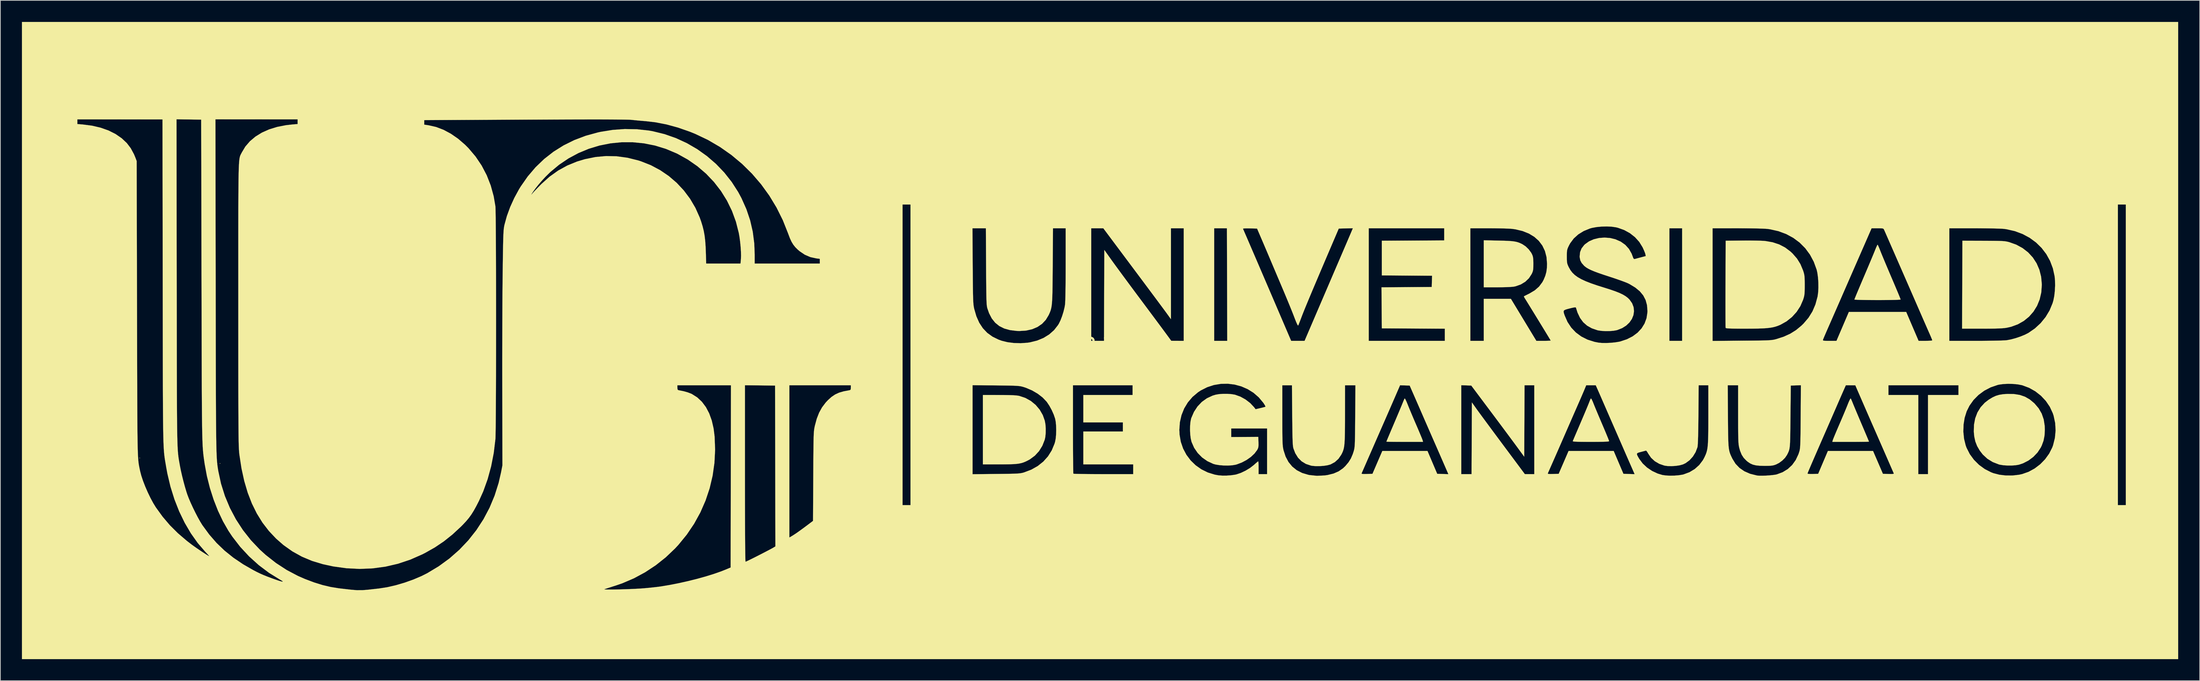
<source format=kicad_pcb>
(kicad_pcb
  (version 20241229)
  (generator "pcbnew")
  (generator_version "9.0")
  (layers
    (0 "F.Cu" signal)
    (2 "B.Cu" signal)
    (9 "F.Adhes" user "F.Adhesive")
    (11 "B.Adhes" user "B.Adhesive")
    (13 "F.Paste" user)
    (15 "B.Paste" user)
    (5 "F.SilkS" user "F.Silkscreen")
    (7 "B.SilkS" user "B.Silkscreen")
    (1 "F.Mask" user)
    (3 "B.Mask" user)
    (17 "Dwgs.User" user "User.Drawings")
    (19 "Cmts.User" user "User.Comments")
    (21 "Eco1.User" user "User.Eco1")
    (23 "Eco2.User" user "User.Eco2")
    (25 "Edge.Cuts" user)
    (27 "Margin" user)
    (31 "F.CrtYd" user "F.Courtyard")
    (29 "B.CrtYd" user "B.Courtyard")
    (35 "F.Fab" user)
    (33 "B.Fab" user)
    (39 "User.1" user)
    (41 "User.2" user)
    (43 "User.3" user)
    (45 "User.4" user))
  (footprint "logo_fime"
    (layer "F.Cu")
    (at 149.95 44.286)
    (property "Reference" "logo_fime" (at 0 0 0) (layer "F.SilkS") (effects (font (size 1.524 1.524) (thickness 0.3))))
    (attr through_hole)
    (fp_poly (pts (xy -133.519 16.383) (xy -133.562 16.425) (xy -133.604 16.383) (xy -133.562 16.341) (xy -133.519 16.383)) (stroke (width 0.01) (type solid)) (fill yes) (layer "F.SilkS"))
    (fp_poly (pts (xy -122.343 17.145) (xy -122.386 17.187) (xy -122.428 17.145) (xy -122.386 17.103) (xy -122.343 17.145)) (stroke (width 0.01) (type solid)) (fill yes) (layer "F.SilkS"))
    (fp_poly (pts (xy -13.991 7.621) (xy -13.227 7.624) (xy -12.611 7.633) (xy -12.121 7.649) (xy -11.738 7.672) (xy -11.441 7.704) (xy -11.207 7.745) (xy -11.18 7.751) (xy -10.344 8.032) (xy -9.583 8.455) (xy -8.916 9.004) (xy -8.358 9.663) (xy -7.925 10.416) (xy -7.65 11.187) (xy -7.555 11.705) (xy -7.512 12.302) (xy -7.519 12.914) (xy -7.576 13.477) (xy -7.655 13.839) (xy -7.986 14.682) (xy -8.446 15.425) (xy -9.027 16.058) (xy -9.72 16.569) (xy -9.957 16.701) (xy -10.272 16.858) (xy -10.565 16.983) (xy -10.863 17.08) (xy -11.188 17.153) (xy -11.564 17.204) (xy -12.017 17.239) (xy -12.57 17.259) (xy -13.247 17.268) (xy -13.949 17.271) (xy -16.256 17.272) (xy -16.256 7.62) (xy -13.991 7.621)) (stroke (width 0.01) (type solid)) (fill yes) (layer "F.SilkS"))
    (fp_poly (pts (xy 55.478 -13.862) (xy 56.208 -13.844) (xy 56.795 -13.822) (xy 57.265 -13.791) (xy 57.644 -13.747) (xy 57.96 -13.687) (xy 58.237 -13.606) (xy 58.503 -13.5) (xy 58.784 -13.366) (xy 58.804 -13.355) (xy 59.251 -13.057) (xy 59.673 -12.648) (xy 60.017 -12.186) (xy 60.142 -11.953) (xy 60.228 -11.739) (xy 60.282 -11.512) (xy 60.312 -11.227) (xy 60.324 -10.839) (xy 60.325 -10.626) (xy 60.321 -10.199) (xy 60.304 -9.894) (xy 60.267 -9.662) (xy 60.2 -9.456) (xy 60.096 -9.228) (xy 60.09 -9.215) (xy 59.71 -8.629) (xy 59.202 -8.142) (xy 58.583 -7.765) (xy 57.872 -7.512) (xy 57.621 -7.458) (xy 57.385 -7.43) (xy 57.013 -7.406) (xy 56.539 -7.386) (xy 55.998 -7.373) (xy 55.423 -7.366) (xy 55.272 -7.366) (xy 53.425 -7.366) (xy 53.425 -13.905) (xy 55.478 -13.862)) (stroke (width 0.01) (type solid)) (fill yes) (layer "F.SilkS"))
    (fp_poly (pts (xy 122.936 -13.836) (xy 123.727 -13.833) (xy 124.37 -13.829) (xy 124.885 -13.822) (xy 125.294 -13.811) (xy 125.616 -13.796) (xy 125.872 -13.775) (xy 126.084 -13.746) (xy 126.273 -13.709) (xy 126.458 -13.664) (xy 126.517 -13.648) (xy 127.506 -13.296) (xy 128.39 -12.815) (xy 129.161 -12.216) (xy 129.812 -11.508) (xy 130.335 -10.702) (xy 130.723 -9.806) (xy 130.968 -8.832) (xy 131.063 -7.789) (xy 131.063 -7.679) (xy 130.987 -6.645) (xy 130.763 -5.677) (xy 130.399 -4.787) (xy 129.904 -3.985) (xy 129.288 -3.282) (xy 128.559 -2.689) (xy 127.726 -2.217) (xy 126.798 -1.876) (xy 126.163 -1.733) (xy 125.884 -1.694) (xy 125.53 -1.663) (xy 125.085 -1.639) (xy 124.53 -1.623) (xy 123.848 -1.613) (xy 123.02 -1.609) (xy 122.713 -1.609) (xy 119.972 -1.609) (xy 119.993 -7.726) (xy 120.015 -13.843) (xy 122.936 -13.836)) (stroke (width 0.01) (type solid)) (fill yes) (layer "F.SilkS"))
    (fp_poly (pts (xy 42.475 8.144) (xy 42.572 8.319) (xy 42.698 8.595) (xy 42.823 8.903) (xy 42.956 9.235) (xy 43.142 9.687) (xy 43.366 10.224) (xy 43.615 10.813) (xy 43.873 11.417) (xy 44.017 11.748) (xy 44.253 12.296) (xy 44.468 12.803) (xy 44.653 13.244) (xy 44.798 13.596) (xy 44.891 13.835) (xy 44.923 13.928) (xy 44.976 14.139) (xy 42.427 14.139) (xy 41.79 14.138) (xy 41.211 14.136) (xy 40.71 14.132) (xy 40.31 14.126) (xy 40.029 14.12) (xy 39.89 14.113) (xy 39.878 14.11) (xy 39.91 14.028) (xy 40.001 13.808) (xy 40.142 13.472) (xy 40.326 13.036) (xy 40.544 12.519) (xy 40.79 11.942) (xy 40.921 11.633) (xy 41.189 11.004) (xy 41.444 10.401) (xy 41.677 9.849) (xy 41.877 9.371) (xy 42.035 8.992) (xy 42.139 8.736) (xy 42.162 8.678) (xy 42.274 8.404) (xy 42.369 8.193) (xy 42.422 8.099) (xy 42.475 8.144)) (stroke (width 0.01) (type solid)) (fill yes) (layer "F.SilkS"))
    (fp_poly (pts (xy 104.536 8.211) (xy 104.634 8.431) (xy 104.735 8.678) (xy 104.817 8.884) (xy 104.957 9.221) (xy 105.143 9.666) (xy 105.365 10.194) (xy 105.613 10.781) (xy 105.877 11.403) (xy 105.975 11.633) (xy 106.231 12.234) (xy 106.464 12.784) (xy 106.667 13.263) (xy 106.831 13.652) (xy 106.948 13.933) (xy 107.01 14.086) (xy 107.019 14.11) (xy 106.937 14.117) (xy 106.708 14.124) (xy 106.35 14.13) (xy 105.884 14.134) (xy 105.332 14.138) (xy 104.714 14.139) (xy 104.469 14.139) (xy 101.92 14.139) (xy 101.973 13.928) (xy 102.021 13.794) (xy 102.126 13.529) (xy 102.28 13.156) (xy 102.472 12.699) (xy 102.693 12.181) (xy 102.88 11.748) (xy 103.138 11.15) (xy 103.394 10.549) (xy 103.634 9.979) (xy 103.843 9.475) (xy 104.007 9.072) (xy 104.073 8.903) (xy 104.214 8.561) (xy 104.337 8.294) (xy 104.43 8.132) (xy 104.475 8.099) (xy 104.536 8.211)) (stroke (width 0.01) (type solid)) (fill yes) (layer "F.SilkS"))
    (fp_poly (pts (xy 127.2 7.486) (xy 128.007 7.615) (xy 128.727 7.863) (xy 129.384 8.241) (xy 130.001 8.756) (xy 130.051 8.805) (xy 130.623 9.475) (xy 131.046 10.21) (xy 131.325 11.02) (xy 131.465 11.918) (xy 131.485 12.446) (xy 131.441 13.258) (xy 131.301 13.976) (xy 131.053 14.652) (xy 130.914 14.935) (xy 130.464 15.619) (xy 129.883 16.228) (xy 129.201 16.737) (xy 128.446 17.124) (xy 127.885 17.312) (xy 127.432 17.391) (xy 126.879 17.431) (xy 126.288 17.431) (xy 125.718 17.393) (xy 125.233 17.316) (xy 125.095 17.281) (xy 124.239 16.95) (xy 123.49 16.489) (xy 122.849 15.896) (xy 122.433 15.358) (xy 122.067 14.729) (xy 121.816 14.09) (xy 121.665 13.392) (xy 121.603 12.731) (xy 121.627 11.765) (xy 121.796 10.869) (xy 122.105 10.052) (xy 122.551 9.324) (xy 123.129 8.695) (xy 123.679 8.271) (xy 124.194 7.958) (xy 124.664 7.738) (xy 125.145 7.594) (xy 125.69 7.509) (xy 126.283 7.471) (xy 127.2 7.486)) (stroke (width 0.01) (type solid)) (fill yes) (layer "F.SilkS"))
    (fp_poly (pts (xy 68.384 8.14) (xy 68.48 8.309) (xy 68.601 8.576) (xy 68.664 8.734) (xy 68.77 9) (xy 68.931 9.394) (xy 69.136 9.886) (xy 69.372 10.449) (xy 69.629 11.053) (xy 69.893 11.672) (xy 69.901 11.691) (xy 70.148 12.27) (xy 70.372 12.801) (xy 70.563 13.263) (xy 70.715 13.636) (xy 70.818 13.898) (xy 70.864 14.031) (xy 70.866 14.04) (xy 70.818 14.071) (xy 70.667 14.095) (xy 70.401 14.113) (xy 70.008 14.126) (xy 69.477 14.135) (xy 68.794 14.139) (xy 68.317 14.139) (xy 67.566 14.138) (xy 66.969 14.133) (xy 66.514 14.125) (xy 66.184 14.112) (xy 65.966 14.094) (xy 65.846 14.071) (xy 65.808 14.041) (xy 65.809 14.034) (xy 65.852 13.932) (xy 65.953 13.694) (xy 66.103 13.341) (xy 66.296 12.891) (xy 66.521 12.366) (xy 66.77 11.783) (xy 66.885 11.515) (xy 67.151 10.892) (xy 67.403 10.299) (xy 67.631 9.757) (xy 67.825 9.292) (xy 67.976 8.926) (xy 68.072 8.685) (xy 68.091 8.636) (xy 68.194 8.372) (xy 68.284 8.173) (xy 68.327 8.099) (xy 68.384 8.14)) (stroke (width 0.01) (type solid)) (fill yes) (layer "F.SilkS"))
    (fp_poly (pts (xy 108.264 -13.219) (xy 108.357 -13.019) (xy 108.48 -12.726) (xy 108.582 -12.467) (xy 108.689 -12.197) (xy 108.853 -11.795) (xy 109.065 -11.285) (xy 109.313 -10.691) (xy 109.589 -10.037) (xy 109.882 -9.347) (xy 110.159 -8.697) (xy 110.443 -8.034) (xy 110.704 -7.419) (xy 110.936 -6.869) (xy 111.131 -6.402) (xy 111.281 -6.035) (xy 111.38 -5.787) (xy 111.421 -5.674) (xy 111.421 -5.671) (xy 111.338 -5.648) (xy 111.092 -5.629) (xy 110.692 -5.613) (xy 110.144 -5.601) (xy 109.456 -5.593) (xy 108.635 -5.588) (xy 108.204 -5.588) (xy 107.485 -5.59) (xy 106.821 -5.595) (xy 106.233 -5.603) (xy 105.736 -5.614) (xy 105.352 -5.627) (xy 105.096 -5.641) (xy 104.989 -5.657) (xy 104.987 -5.66) (xy 105.019 -5.751) (xy 105.111 -5.981) (xy 105.255 -6.331) (xy 105.445 -6.786) (xy 105.673 -7.328) (xy 105.931 -7.939) (xy 106.214 -8.603) (xy 106.286 -8.771) (xy 106.587 -9.479) (xy 106.88 -10.168) (xy 107.153 -10.816) (xy 107.398 -11.399) (xy 107.605 -11.896) (xy 107.765 -12.284) (xy 107.869 -12.54) (xy 107.873 -12.552) (xy 108.003 -12.872) (xy 108.115 -13.123) (xy 108.192 -13.269) (xy 108.214 -13.292) (xy 108.264 -13.219)) (stroke (width 0.01) (type solid)) (fill yes) (layer "F.SilkS"))
    (fp_poly (pts (xy 90.768 -13.869) (xy 91.377 -13.859) (xy 91.909 -13.845) (xy 92.334 -13.826) (xy 92.601 -13.804) (xy 93.619 -13.625) (xy 94.528 -13.326) (xy 95.347 -12.9) (xy 96.095 -12.338) (xy 96.387 -12.064) (xy 97 -11.362) (xy 97.477 -10.593) (xy 97.843 -9.72) (xy 97.852 -9.694) (xy 97.939 -9.422) (xy 98 -9.182) (xy 98.041 -8.936) (xy 98.064 -8.644) (xy 98.075 -8.268) (xy 98.079 -7.769) (xy 98.079 -7.662) (xy 98.076 -7.137) (xy 98.067 -6.742) (xy 98.046 -6.438) (xy 98.009 -6.186) (xy 97.951 -5.946) (xy 97.869 -5.68) (xy 97.849 -5.619) (xy 97.472 -4.748) (xy 96.951 -3.946) (xy 96.305 -3.234) (xy 95.554 -2.632) (xy 94.716 -2.162) (xy 94.676 -2.144) (xy 94.347 -2.007) (xy 94.018 -1.896) (xy 93.668 -1.806) (xy 93.275 -1.737) (xy 92.819 -1.686) (xy 92.279 -1.649) (xy 91.634 -1.626) (xy 90.863 -1.614) (xy 89.945 -1.61) (xy 89.892 -1.61) (xy 89.093 -1.611) (xy 88.45 -1.615) (xy 87.948 -1.624) (xy 87.574 -1.636) (xy 87.315 -1.654) (xy 87.156 -1.676) (xy 87.083 -1.705) (xy 87.076 -1.714) (xy 87.07 -1.815) (xy 87.064 -2.071) (xy 87.06 -2.468) (xy 87.056 -2.994) (xy 87.054 -3.634) (xy 87.053 -4.374) (xy 87.052 -5.201) (xy 87.053 -6.101) (xy 87.055 -7.06) (xy 87.058 -7.832) (xy 87.08 -13.843) (xy 89.45 -13.868) (xy 90.116 -13.872) (xy 90.768 -13.869)) (stroke (width 0.01) (type solid)) (fill yes) (layer "F.SilkS"))
    (fp_poly (pts (xy 150.029 44.365) (xy -149.945 44.365) (xy -149.945 -30.077) (xy -142.24 -30.077) (xy -141.499 -30.017) (xy -140.209 -29.851) (xy -139.01 -29.572) (xy -137.914 -29.184) (xy -136.931 -28.692) (xy -136.07 -28.099) (xy -135.359 -27.431) (xy -134.813 -26.715) (xy -134.359 -25.873) (xy -134.172 -25.423) (xy -133.986 -24.934) (xy -133.939 -4.445) (xy -133.934 -2.233) (xy -133.929 -0.184) (xy -133.925 1.71) (xy -133.921 3.454) (xy -133.916 5.056) (xy -133.912 6.523) (xy -133.908 7.86) (xy -133.903 9.075) (xy -133.898 10.174) (xy -133.892 11.165) (xy -133.885 12.054) (xy -133.878 12.847) (xy -133.869 13.552) (xy -133.86 14.175) (xy -133.849 14.723) (xy -133.837 15.202) (xy -133.823 15.62) (xy -133.808 15.983) (xy -133.79 16.297) (xy -133.772 16.57) (xy -133.751 16.808) (xy -133.728 17.018) (xy -133.702 17.207) (xy -133.674 17.382) (xy -133.644 17.548) (xy -133.611 17.713) (xy -133.576 17.884) (xy -133.537 18.067) (xy -133.512 18.191) (xy -133.349 18.824) (xy -133.107 19.555) (xy -132.801 20.343) (xy -132.451 21.15) (xy -132.073 21.934) (xy -131.685 22.655) (xy -131.312 23.262) (xy -130.378 24.551) (xy -129.366 25.74) (xy -128.248 26.854) (xy -126.999 27.92) (xy -126.359 28.413) (xy -126.035 28.648) (xy -125.661 28.911) (xy -125.263 29.183) (xy -124.869 29.446) (xy -124.506 29.683) (xy -124.202 29.875) (xy -123.982 30.004) (xy -123.878 30.052) (xy -123.919 29.997) (xy -124.054 29.845) (xy -124.261 29.621) (xy -124.451 29.42) (xy -125.49 28.211) (xy -126.443 26.865) (xy -127.304 25.397) (xy -128.068 23.819) (xy -128.728 22.143) (xy -129.278 20.385) (xy -129.712 18.556) (xy -129.873 17.682) (xy -129.919 17.409) (xy -129.962 17.159) (xy -130.002 16.925) (xy -130.04 16.701) (xy -130.074 16.481) (xy -130.105 16.258) (xy -130.134 16.025) (xy -130.161 15.776) (xy -130.185 15.504) (xy -130.206 15.204) (xy -130.226 14.867) (xy -130.244 14.489) (xy -130.26 14.061) (xy -130.274 13.579) (xy -130.286 13.034) (xy -130.297 12.422) (xy -130.306 11.734) (xy -130.315 10.965) (xy -130.322 10.109) (xy -130.328 9.158) (xy -130.333 8.106) (xy -130.338 6.946) (xy -130.341 5.673) (xy -130.345 4.279) (xy -130.348 2.758) (xy -130.35 1.104) (xy -130.353 -0.69) (xy -130.355 -2.631) (xy -130.358 -4.725) (xy -130.361 -6.979) (xy -130.362 -8.144) (xy -130.391 -30.724) (xy -136.316 -30.73) (xy -142.24 -30.735) (xy -142.24 -30.077) (xy -149.945 -30.077) (xy -149.945 -30.742) (xy -128.443 -30.742) (xy -128.415 -8.026) (xy -128.412 -5.69) (xy -128.409 -3.518) (xy -128.407 -1.501) (xy -128.404 0.365) (xy -128.402 2.088) (xy -128.399 3.674) (xy -128.396 5.129) (xy -128.393 6.46) (xy -128.389 7.673) (xy -128.384 8.775) (xy -128.379 9.772) (xy -128.373 10.67) (xy -128.365 11.477) (xy -128.357 12.198) (xy -128.348 12.84) (xy -128.337 13.409) (xy -128.325 13.912) (xy -128.311 14.355) (xy -128.296 14.745) (xy -128.279 15.088) (xy -128.26 15.39) (xy -128.239 15.659) (xy -128.216 15.9) (xy -128.191 16.12) (xy -128.164 16.325) (xy -128.134 16.523) (xy -128.102 16.718) (xy -128.067 16.918) (xy -128.029 17.129) (xy -127.988 17.358) (xy -127.977 17.426) (xy -127.849 18.078) (xy -127.68 18.827) (xy -127.484 19.615) (xy -127.275 20.385) (xy -127.068 21.08) (xy -126.947 21.451) (xy -126.745 21.983) (xy -126.478 22.607) (xy -126.166 23.284) (xy -125.829 23.972) (xy -125.488 24.63) (xy -125.161 25.216) (xy -124.871 25.689) (xy -124.838 25.739) (xy -123.894 27.028) (xy -122.874 28.201) (xy -121.759 29.272) (xy -120.532 30.258) (xy -119.175 31.174) (xy -117.771 31.981) (xy -117.272 32.241) (xy -116.802 32.468) (xy -116.317 32.681) (xy -115.774 32.898) (xy -115.129 33.139) (xy -114.85 33.239) (xy -114.326 33.422) (xy -113.95 33.539) (xy -113.724 33.591) (xy -113.65 33.577) (xy -113.729 33.497) (xy -113.962 33.352) (xy -114.046 33.305) (xy -115.567 32.364) (xy -117.005 31.282) (xy -118.346 30.071) (xy -119.576 28.746) (xy -120.68 27.319) (xy -121.226 26.501) (xy -121.982 25.181) (xy -122.668 23.732) (xy -123.276 22.181) (xy -123.795 20.56) (xy -124.215 18.895) (xy -124.525 17.218) (xy -124.548 17.061) (xy -124.585 16.803) (xy -124.62 16.561) (xy -124.652 16.328) (xy -124.682 16.099) (xy -124.709 15.865) (xy -124.735 15.622) (xy -124.758 15.362) (xy -124.779 15.079) (xy -124.799 14.765) (xy -124.816 14.415) (xy -124.832 14.023) (xy -124.847 13.58) (xy -124.86 13.081) (xy -124.872 12.519) (xy -124.882 11.888) (xy -124.891 11.181) (xy -124.9 10.391) (xy -124.907 9.511) (xy -124.914 8.536) (xy -124.92 7.459) (xy -124.926 6.272) (xy -124.931 4.97) (xy -124.935 3.546) (xy -124.94 1.993) (xy -124.944 0.304) (xy -124.948 -1.526) (xy -124.953 -3.505) (xy -124.957 -5.639) (xy -124.962 -7.935) (xy -124.963 -8.297) (xy -125.01 -30.692) (xy -126.727 -30.717) (xy -128.04 -30.736) (xy -123.028 -30.736) (xy -122.994 -7.558) (xy -122.991 -5.182) (xy -122.987 -2.969) (xy -122.984 -0.914) (xy -122.981 0.992) (xy -122.977 2.753) (xy -122.974 4.377) (xy -122.97 5.869) (xy -122.966 7.236) (xy -122.961 8.484) (xy -122.956 9.619) (xy -122.95 10.649) (xy -122.943 11.578) (xy -122.935 12.414) (xy -122.927 13.163) (xy -122.917 13.83) (xy -122.907 14.423) (xy -122.895 14.948) (xy -122.882 15.41) (xy -122.868 15.817) (xy -122.852 16.175) (xy -122.835 16.489) (xy -122.816 16.767) (xy -122.795 17.014) (xy -122.772 17.237) (xy -122.748 17.442) (xy -122.721 17.635) (xy -122.693 17.824) (xy -122.662 18.013) (xy -122.631 18.203) (xy -122.25 19.965) (xy -121.71 21.678) (xy -121.018 23.332) (xy -120.181 24.915) (xy -119.204 26.416) (xy -118.094 27.823) (xy -116.857 29.126) (xy -116.036 29.871) (xy -114.601 30.998) (xy -113.111 31.968) (xy -111.552 32.791) (xy -110.575 33.218) (xy -109.315 33.693) (xy -108.135 34.06) (xy -106.994 34.33) (xy -105.851 34.515) (xy -105.622 34.542) (xy -105.175 34.593) (xy -104.71 34.646) (xy -104.306 34.692) (xy -104.182 34.707) (xy -103.353 34.776) (xy -102.567 34.774) (xy -101.812 34.712) (xy -101.351 34.661) (xy -101.148 34.638) (xy -68.919 34.638) (xy -68.912 34.661) (xy -68.757 34.677) (xy -68.474 34.685) (xy -68.085 34.687) (xy -67.609 34.683) (xy -67.069 34.673) (xy -66.484 34.659) (xy -65.875 34.639) (xy -65.263 34.616) (xy -64.67 34.589) (xy -64.115 34.559) (xy -63.619 34.527) (xy -63.373 34.507) (xy -62.811 34.456) (xy -62.226 34.396) (xy -61.674 34.334) (xy -61.211 34.275) (xy -61.045 34.252) (xy -59.824 34.048) (xy -58.562 33.8) (xy -57.288 33.516) (xy -56.035 33.203) (xy -54.835 32.87) (xy -53.718 32.525) (xy -52.718 32.176) (xy -52.112 31.938) (xy -51.35 31.621) (xy -51.329 18.943) (xy -51.328 18.541) (xy -49.361 18.541) (xy -49.36 20.441) (xy -49.358 22.185) (xy -49.355 23.773) (xy -49.351 25.204) (xy -49.346 26.475) (xy -49.34 27.586) (xy -49.333 28.535) (xy -49.324 29.321) (xy -49.315 29.944) (xy -49.304 30.401) (xy -49.293 30.692) (xy -49.28 30.814) (xy -49.277 30.819) (xy -49.18 30.782) (xy -48.956 30.678) (xy -48.626 30.518) (xy -48.213 30.314) (xy -47.739 30.076) (xy -47.478 29.943) (xy -46.963 29.679) (xy -46.481 29.429) (xy -46.058 29.208) (xy -45.722 29.029) (xy -45.498 28.907) (xy -45.445 28.876) (xy -45.127 28.685) (xy -45.148 17.496) (xy -45.17 6.308) (xy -49.087 6.265) (xy -43.18 6.265) (xy -43.18 27.438) (xy -42.989 27.337) (xy -42.824 27.24) (xy -42.573 27.082) (xy -42.291 26.897) (xy -42.026 26.714) (xy -41.671 26.46) (xy -41.271 26.168) (xy -40.87 25.871) (xy -40.835 25.845) (xy -39.888 25.133) (xy -39.856 18.938) (xy -39.849 17.763) (xy -39.844 16.745) (xy -39.838 15.87) (xy -39.831 15.126) (xy -39.824 14.498) (xy -39.815 13.975) (xy -39.805 13.543) (xy -39.792 13.189) (xy -39.777 12.899) (xy -39.76 12.662) (xy -39.738 12.464) (xy -39.713 12.291) (xy -39.684 12.132) (xy -39.65 11.972) (xy -39.633 11.896) (xy -39.37 10.922) (xy -39.042 10.08) (xy -38.634 9.341) (xy -38.131 8.676) (xy -37.81 8.332) (xy -37.319 7.889) (xy -36.818 7.551) (xy -36.268 7.297) (xy -35.627 7.11) (xy -34.946 6.983) (xy -34.742 6.94) (xy -34.652 6.858) (xy -34.629 6.681) (xy -34.629 6.6) (xy -34.629 6.265) (xy -43.18 6.265) (xy -49.087 6.265) (xy -49.361 6.262) (xy -49.361 18.541) (xy -51.328 18.541) (xy -51.307 6.265) (xy -58.759 6.265) (xy -58.759 6.6) (xy -58.747 6.818) (xy -58.682 6.923) (xy -58.517 6.972) (xy -58.441 6.984) (xy -57.882 7.096) (xy -57.33 7.252) (xy -56.857 7.431) (xy -56.735 7.489) (xy -55.996 7.957) (xy -55.348 8.565) (xy -54.793 9.306) (xy -54.336 10.176) (xy -53.978 11.168) (xy -53.723 12.278) (xy -53.584 13.377) (xy -53.512 15.225) (xy -53.605 17.051) (xy -53.86 18.846) (xy -54.274 20.601) (xy -54.844 22.307) (xy -55.565 23.955) (xy -56.436 25.536) (xy -57.452 27.041) (xy -58.611 28.46) (xy -59.084 28.971) (xy -60.368 30.193) (xy -61.76 31.299) (xy -63.243 32.278) (xy -64.799 33.118) (xy -66.41 33.809) (xy -67.31 34.12) (xy -67.784 34.27) (xy -68.215 34.408) (xy -68.571 34.523) (xy -68.82 34.605) (xy -68.919 34.638) (xy -101.148 34.638) (xy -100.822 34.602) (xy -100.328 34.546) (xy -100.245 34.537) (xy -99.125 34.362) (xy -97.93 34.087) (xy -96.707 33.728) (xy -95.506 33.301) (xy -94.375 32.821) (xy -93.557 32.411) (xy -91.955 31.447) (xy -90.466 30.36) (xy -89.095 29.156) (xy -87.848 27.843) (xy -86.728 26.426) (xy -85.742 24.912) (xy -84.893 23.309) (xy -84.188 21.623) (xy -83.63 19.861) (xy -83.288 18.375) (xy -83.1 17.399) (xy -83.123 7.07) (xy -83.125 5.615) (xy -83.126 4.11) (xy -83.126 2.575) (xy -83.124 1.03) (xy -83.12 -0.505) (xy -83.116 -2.01) (xy -83.11 -3.465) (xy -83.104 -4.85) (xy -83.096 -6.145) (xy -83.087 -7.331) (xy -83.078 -8.386) (xy -83.067 -9.271) (xy -83.052 -10.433) (xy -83.038 -11.439) (xy -83.025 -12.303) (xy -83.012 -13.036) (xy -82.999 -13.654) (xy -82.986 -14.167) (xy -82.971 -14.591) (xy -82.955 -14.938) (xy -82.937 -15.222) (xy -82.916 -15.455) (xy -82.891 -15.651) (xy -82.864 -15.823) (xy -82.832 -15.984) (xy -82.813 -16.072) (xy -82.48 -17.282) (xy -82.021 -18.536) (xy -81.452 -19.79) (xy -81.202 -20.25) (xy -79.091 -20.25) (xy -79.058 -20.268) (xy -78.929 -20.418) (xy -78.905 -20.447) (xy -78.748 -20.625) (xy -78.499 -20.891) (xy -78.186 -21.217) (xy -77.837 -21.572) (xy -77.647 -21.763) (xy -76.535 -22.759) (xy -75.349 -23.604) (xy -74.082 -24.302) (xy -72.725 -24.858) (xy -71.629 -25.188) (xy -70.146 -25.49) (xy -68.668 -25.624) (xy -67.193 -25.59) (xy -65.712 -25.388) (xy -64.222 -25.018) (xy -63.829 -24.893) (xy -62.454 -24.35) (xy -61.161 -23.662) (xy -59.958 -22.842) (xy -58.856 -21.897) (xy -57.866 -20.838) (xy -56.995 -19.676) (xy -56.255 -18.418) (xy -55.655 -17.076) (xy -55.457 -16.52) (xy -55.253 -15.854) (xy -55.095 -15.216) (xy -54.977 -14.563) (xy -54.893 -13.856) (xy -54.835 -13.055) (xy -54.804 -12.298) (xy -54.754 -10.668) (xy -49.977 -10.668) (xy -49.922 -11.282) (xy -49.903 -11.753) (xy -49.918 -12.343) (xy -49.961 -13.006) (xy -50.029 -13.696) (xy -50.118 -14.366) (xy -50.216 -14.926) (xy -50.615 -16.496) (xy -51.167 -17.999) (xy -51.864 -19.426) (xy -52.7 -20.769) (xy -53.669 -22.02) (xy -54.764 -23.171) (xy -55.978 -24.212) (xy -57.306 -25.136) (xy -58.74 -25.934) (xy -58.869 -25.997) (xy -60.355 -26.623) (xy -61.877 -27.089) (xy -63.422 -27.397) (xy -64.979 -27.549) (xy -66.535 -27.547) (xy -68.079 -27.393) (xy -69.6 -27.09) (xy -71.086 -26.639) (xy -72.524 -26.042) (xy -73.903 -25.302) (xy -75.212 -24.421) (xy -76.439 -23.401) (xy -77.131 -22.721) (xy -77.609 -22.204) (xy -78.07 -21.667) (xy -78.486 -21.146) (xy -78.829 -20.676) (xy -79.032 -20.362) (xy -79.091 -20.25) (xy -81.202 -20.25) (xy -80.794 -20.999) (xy -80.562 -21.378) (xy -79.577 -22.789) (xy -78.487 -24.068) (xy -77.292 -25.215) (xy -75.994 -26.227) (xy -74.595 -27.104) (xy -73.097 -27.845) (xy -71.502 -28.448) (xy -69.81 -28.912) (xy -69.469 -28.986) (xy -67.786 -29.259) (xy -66.089 -29.382) (xy -64.403 -29.354) (xy -62.757 -29.175) (xy -62.188 -29.075) (xy -60.548 -28.673) (xy -58.963 -28.118) (xy -57.443 -27.418) (xy -55.999 -26.58) (xy -54.643 -25.613) (xy -53.384 -24.525) (xy -52.234 -23.324) (xy -51.203 -22.018) (xy -50.302 -20.616) (xy -49.848 -19.77) (xy -49.162 -18.233) (xy -48.64 -16.682) (xy -48.276 -15.099) (xy -48.066 -13.466) (xy -48.006 -11.93) (xy -48.006 -10.668) (xy -38.947 -10.668) (xy -38.947 -11.326) (xy -39.419 -11.385) (xy -40.259 -11.567) (xy -41.034 -11.9) (xy -41.758 -12.389) (xy -42.021 -12.615) (xy -42.36 -12.953) (xy -42.638 -13.303) (xy -42.879 -13.703) (xy -43.105 -14.191) (xy -43.337 -14.804) (xy -43.356 -14.859) (xy -44.09 -16.701) (xy -44.966 -18.461) (xy -45.22 -18.881) (xy -27.432 -18.881) (xy -27.432 22.945) (xy -26.331 22.945) (xy -26.331 18.639) (xy -17.695 18.639) (xy -14.415 18.606) (xy -13.575 18.597) (xy -12.887 18.588) (xy -12.329 18.578) (xy -11.885 18.566) (xy -11.534 18.55) (xy -11.258 18.531) (xy -11.037 18.506) (xy -10.854 18.475) (xy -10.689 18.436) (xy -10.523 18.389) (xy -10.514 18.386) (xy -9.516 18.006) (xy -8.626 17.504) (xy -7.852 16.886) (xy -7.201 16.16) (xy -6.68 15.332) (xy -6.296 14.409) (xy -6.213 14.132) (xy -6.125 13.675) (xy -6.073 13.109) (xy -6.055 12.49) (xy -6.073 11.874) (xy -6.127 11.317) (xy -6.204 10.922) (xy -6.399 10.346) (xy -6.677 9.722) (xy -7.005 9.119) (xy -7.348 8.605) (xy -7.395 8.544) (xy -7.944 7.967) (xy -8.627 7.439) (xy -9.409 6.983) (xy -10.257 6.619) (xy -10.599 6.506) (xy -10.767 6.458) (xy -10.933 6.419) (xy -11.116 6.387) (xy -11.336 6.362) (xy -11.611 6.342) (xy -11.961 6.326) (xy -12.405 6.314) (xy -12.961 6.304) (xy -13.65 6.295) (xy -14.457 6.286) (xy -16.486 6.265) (xy -3.725 6.265) (xy -3.725 12.39) (xy -3.725 13.393) (xy -3.722 14.347) (xy -3.719 15.237) (xy -3.714 16.051) (xy -3.708 16.775) (xy -3.702 17.395) (xy -3.694 17.898) (xy -3.686 18.271) (xy -3.677 18.499) (xy -3.669 18.57) (xy -3.575 18.581) (xy -3.329 18.592) (xy -2.947 18.601) (xy -2.444 18.61) (xy -1.839 18.617) (xy -1.147 18.622) (xy -0.384 18.625) (xy 0.432 18.627) (xy 0.522 18.627) (xy 4.657 18.627) (xy 4.657 17.272) (xy -2.286 17.272) (xy -2.286 12.7) (xy 3.217 12.7) (xy 3.217 12.455) (xy 11.07 12.455) (xy 11.101 13.128) (xy 11.274 14.133) (xy 11.597 15.075) (xy 12.057 15.942) (xy 12.643 16.721) (xy 13.341 17.399) (xy 14.14 17.963) (xy 15.028 18.4) (xy 15.993 18.699) (xy 16.521 18.795) (xy 17.053 18.836) (xy 17.668 18.832) (xy 18.29 18.787) (xy 18.847 18.705) (xy 19.02 18.666) (xy 19.635 18.459) (xy 20.284 18.15) (xy 20.904 17.775) (xy 21.429 17.369) (xy 21.453 17.347) (xy 21.703 17.123) (xy 21.905 16.951) (xy 22.027 16.858) (xy 22.047 16.849) (xy 22.068 16.927) (xy 22.085 17.141) (xy 22.095 17.453) (xy 22.098 17.738) (xy 22.098 18.627) (xy 23.283 18.627) (xy 23.283 12.277) (xy 18.288 12.277) (xy 18.288 13.468) (xy 20.172 13.458) (xy 22.056 13.449) (xy 22.08 14.183) (xy 22.087 14.557) (xy 22.072 14.816) (xy 22.025 15.013) (xy 21.938 15.2) (xy 21.894 15.278) (xy 21.526 15.767) (xy 21.025 16.235) (xy 20.425 16.658) (xy 19.762 17.011) (xy 19.07 17.272) (xy 18.883 17.323) (xy 18.414 17.401) (xy 17.848 17.435) (xy 17.24 17.427) (xy 16.645 17.378) (xy 16.119 17.292) (xy 15.796 17.202) (xy 14.972 16.819) (xy 14.244 16.31) (xy 13.627 15.687) (xy 13.134 14.968) (xy 12.782 14.167) (xy 12.761 14.101) (xy 12.656 13.642) (xy 12.589 13.085) (xy 12.562 12.481) (xy 12.573 11.881) (xy 12.623 11.335) (xy 12.714 10.895) (xy 12.732 10.837) (xy 13.106 9.974) (xy 13.599 9.22) (xy 14.201 8.585) (xy 14.904 8.079) (xy 15.697 7.71) (xy 16.126 7.579) (xy 16.59 7.499) (xy 17.153 7.459) (xy 17.752 7.459) (xy 18.321 7.498) (xy 18.796 7.577) (xy 18.826 7.585) (xy 19.57 7.852) (xy 20.29 8.252) (xy 20.94 8.753) (xy 21.473 9.324) (xy 21.493 9.349) (xy 21.68 9.597) (xy 22.334 9.445) (xy 22.649 9.368) (xy 22.9 9.303) (xy 23.04 9.26) (xy 23.052 9.255) (xy 23.038 9.173) (xy 22.944 8.992) (xy 22.787 8.748) (xy 22.757 8.704) (xy 22.126 7.947) (xy 21.394 7.311) (xy 20.577 6.801) (xy 19.696 6.418) (xy 19.131 6.265) (xy 25.4 6.265) (xy 25.401 10.435) (xy 25.401 11.392) (xy 25.403 12.196) (xy 25.406 12.864) (xy 25.412 13.412) (xy 25.42 13.857) (xy 25.432 14.214) (xy 25.448 14.502) (xy 25.468 14.735) (xy 25.494 14.931) (xy 25.525 15.106) (xy 25.562 15.277) (xy 25.572 15.316) (xy 25.856 16.191) (xy 26.258 16.945) (xy 26.778 17.578) (xy 27.413 18.087) (xy 28.162 18.471) (xy 29.023 18.727) (xy 29.168 18.756) (xy 30.215 18.865) (xy 31.299 18.812) (xy 31.717 18.75) (xy 32.538 18.547) (xy 32.59 18.524) (xy 36.431 18.524) (xy 36.445 18.576) (xy 36.556 18.606) (xy 36.788 18.616) (xy 37.163 18.609) (xy 37.941 18.584) (xy 38.626 16.997) (xy 39.311 15.409) (xy 45.597 15.409) (xy 46.948 18.584) (xy 47.724 18.609) (xy 48.501 18.633) (xy 48.499 18.627) (xy 50.292 18.627) (xy 51.73 18.627) (xy 51.774 8.652) (xy 52.446 9.597) (xy 52.622 9.84) (xy 52.887 10.204) (xy 53.231 10.672) (xy 53.641 11.228) (xy 54.106 11.857) (xy 54.614 12.544) (xy 55.153 13.271) (xy 55.713 14.024) (xy 56.129 14.584) (xy 59.14 18.626) (xy 59.796 18.626) (xy 60.452 18.627) (xy 60.452 18.524) (xy 62.337 18.524) (xy 62.352 18.576) (xy 62.465 18.606) (xy 62.698 18.616) (xy 63.072 18.609) (xy 63.849 18.584) (xy 64.536 16.997) (xy 65.223 15.409) (xy 71.502 15.409) (xy 72.856 18.584) (xy 73.635 18.609) (xy 74.414 18.633) (xy 73.902 17.466) (xy 73.667 16.931) (xy 73.397 16.313) (xy 73.177 15.81) (xy 74.729 15.81) (xy 74.764 15.978) (xy 74.898 16.237) (xy 75.067 16.522) (xy 75.539 17.153) (xy 76.142 17.716) (xy 76.845 18.189) (xy 77.615 18.55) (xy 78.274 18.747) (xy 78.757 18.817) (xy 79.342 18.845) (xy 79.968 18.834) (xy 80.575 18.784) (xy 81.101 18.698) (xy 81.232 18.665) (xy 82.049 18.361) (xy 82.778 17.922) (xy 83.403 17.362) (xy 83.908 16.694) (xy 84.101 16.341) (xy 84.222 16.086) (xy 84.325 15.849) (xy 84.41 15.611) (xy 84.48 15.357) (xy 84.536 15.07) (xy 84.579 14.735) (xy 84.612 14.334) (xy 84.635 13.851) (xy 84.651 13.271) (xy 84.66 12.577) (xy 84.665 11.752) (xy 84.667 10.781) (xy 84.667 10.366) (xy 84.667 6.265) (xy 87.366 6.265) (xy 87.396 10.562) (xy 87.404 11.574) (xy 87.411 12.434) (xy 87.421 13.156) (xy 87.435 13.759) (xy 87.454 14.258) (xy 87.48 14.669) (xy 87.515 15.009) (xy 87.561 15.294) (xy 87.619 15.542) (xy 87.691 15.767) (xy 87.779 15.986) (xy 87.885 16.216) (xy 88.01 16.474) (xy 88.02 16.494) (xy 88.449 17.188) (xy 89.003 17.768) (xy 89.679 18.233) (xy 90.475 18.581) (xy 91.389 18.81) (xy 91.482 18.826) (xy 91.777 18.849) (xy 92.189 18.851) (xy 92.669 18.835) (xy 93.166 18.803) (xy 93.63 18.758) (xy 94.012 18.704) (xy 94.192 18.665) (xy 94.492 18.554) (xy 98.467 18.554) (xy 98.546 18.588) (xy 98.761 18.608) (xy 99.078 18.612) (xy 99.208 18.609) (xy 99.949 18.584) (xy 101.299 15.409) (xy 107.585 15.409) (xy 108.271 16.997) (xy 108.956 18.584) (xy 109.733 18.609) (xy 110.11 18.616) (xy 110.341 18.606) (xy 110.452 18.576) (xy 110.465 18.524) (xy 110.417 18.412) (xy 110.309 18.164) (xy 110.151 17.801) (xy 109.951 17.342) (xy 109.718 16.808) (xy 109.46 16.217) (xy 109.186 15.591) (xy 108.905 14.948) (xy 108.625 14.309) (xy 108.355 13.693) (xy 108.105 13.12) (xy 107.881 12.611) (xy 107.694 12.184) (xy 107.66 12.107) (xy 107.453 11.636) (xy 107.197 11.05) (xy 106.907 10.387) (xy 106.602 9.688) (xy 106.299 8.993) (xy 106.08 8.489) (xy 105.114 6.267) (xy 104.456 6.266) (xy 103.799 6.265) (xy 109.728 6.265) (xy 109.728 7.62) (xy 113.877 7.62) (xy 113.877 18.627) (xy 115.231 18.627) (xy 115.231 12.742) (xy 120.144 12.742) (xy 120.244 13.717) (xy 120.472 14.638) (xy 120.594 14.969) (xy 121.039 15.845) (xy 121.623 16.642) (xy 122.326 17.342) (xy 123.13 17.927) (xy 124.013 18.378) (xy 124.333 18.5) (xy 125.15 18.711) (xy 126.05 18.819) (xy 126.98 18.822) (xy 127.887 18.718) (xy 128.324 18.624) (xy 129.221 18.31) (xy 130.066 17.848) (xy 130.839 17.26) (xy 131.519 16.564) (xy 132.085 15.779) (xy 132.516 14.926) (xy 132.631 14.615) (xy 132.886 13.595) (xy 132.984 12.552) (xy 132.923 11.512) (xy 132.706 10.501) (xy 132.588 10.147) (xy 132.177 9.26) (xy 131.624 8.447) (xy 130.949 7.726) (xy 130.17 7.112) (xy 129.306 6.623) (xy 128.375 6.274) (xy 128.294 6.252) (xy 127.73 6.142) (xy 127.071 6.079) (xy 126.375 6.063) (xy 125.702 6.095) (xy 125.11 6.176) (xy 124.926 6.218) (xy 123.952 6.551) (xy 123.058 7.019) (xy 122.257 7.61) (xy 121.565 8.309) (xy 120.998 9.105) (xy 120.608 9.887) (xy 120.326 10.786) (xy 120.171 11.751) (xy 120.144 12.742) (xy 115.231 12.742) (xy 115.231 7.62) (xy 119.465 7.62) (xy 119.465 6.265) (xy 109.728 6.265) (xy 103.799 6.265) (xy 103.582 6.752) (xy 103.479 6.986) (xy 103.323 7.341) (xy 103.13 7.781) (xy 102.915 8.274) (xy 102.702 8.763) (xy 102.472 9.293) (xy 102.193 9.933) (xy 101.887 10.635) (xy 101.573 11.354) (xy 101.272 12.044) (xy 101.143 12.34) (xy 100.64 13.491) (xy 100.201 14.496) (xy 99.823 15.364) (xy 99.5 16.105) (xy 99.23 16.728) (xy 99.008 17.241) (xy 98.831 17.655) (xy 98.693 17.978) (xy 98.592 18.22) (xy 98.524 18.389) (xy 98.484 18.495) (xy 98.468 18.548) (xy 98.467 18.554) (xy 94.492 18.554) (xy 95.008 18.362) (xy 95.723 17.925) (xy 96.33 17.359) (xy 96.826 16.669) (xy 97.207 15.859) (xy 97.34 15.452) (xy 97.374 15.32) (xy 97.402 15.165) (xy 97.426 14.972) (xy 97.445 14.725) (xy 97.462 14.41) (xy 97.475 14.011) (xy 97.486 13.514) (xy 97.496 12.903) (xy 97.504 12.162) (xy 97.511 11.278) (xy 97.516 10.601) (xy 97.545 6.258) (xy 96.139 6.308) (xy 96.095 10.626) (xy 96.085 11.607) (xy 96.076 12.434) (xy 96.067 13.124) (xy 96.055 13.693) (xy 96.039 14.156) (xy 96.018 14.529) (xy 95.991 14.828) (xy 95.956 15.069) (xy 95.912 15.268) (xy 95.856 15.44) (xy 95.788 15.603) (xy 95.707 15.771) (xy 95.61 15.96) (xy 95.605 15.97) (xy 95.338 16.359) (xy 94.958 16.739) (xy 94.515 17.066) (xy 94.103 17.278) (xy 93.872 17.362) (xy 93.652 17.419) (xy 93.399 17.454) (xy 93.074 17.472) (xy 92.634 17.478) (xy 92.456 17.478) (xy 91.805 17.462) (xy 91.284 17.407) (xy 90.858 17.302) (xy 90.49 17.137) (xy 90.143 16.901) (xy 89.966 16.753) (xy 89.589 16.363) (xy 89.304 15.921) (xy 89.086 15.382) (xy 88.985 15.029) (xy 88.945 14.866) (xy 88.913 14.701) (xy 88.886 14.517) (xy 88.865 14.298) (xy 88.848 14.027) (xy 88.835 13.687) (xy 88.827 13.262) (xy 88.821 12.735) (xy 88.817 12.09) (xy 88.816 11.309) (xy 88.815 10.377) (xy 88.815 10.316) (xy 88.815 6.265) (xy 87.366 6.265) (xy 84.667 6.265) (xy 83.323 6.265) (xy 83.289 10.393) (xy 83.278 11.507) (xy 83.264 12.457) (xy 83.248 13.246) (xy 83.229 13.878) (xy 83.207 14.359) (xy 83.183 14.692) (xy 83.155 14.882) (xy 83.153 14.892) (xy 82.895 15.57) (xy 82.519 16.182) (xy 82.048 16.701) (xy 81.506 17.098) (xy 81.135 17.275) (xy 80.69 17.399) (xy 80.145 17.481) (xy 79.564 17.517) (xy 79.011 17.505) (xy 78.559 17.441) (xy 77.847 17.197) (xy 77.22 16.829) (xy 76.702 16.352) (xy 76.315 15.787) (xy 76.176 15.55) (xy 76.056 15.393) (xy 75.988 15.353) (xy 75.87 15.387) (xy 75.635 15.45) (xy 75.331 15.529) (xy 75.289 15.539) (xy 74.985 15.622) (xy 74.8 15.702) (xy 74.729 15.81) (xy 73.177 15.81) (xy 73.123 15.686) (xy 72.877 15.122) (xy 72.855 15.071) (xy 72.652 14.605) (xy 72.402 14.032) (xy 72.125 13.397) (xy 71.842 12.749) (xy 71.573 12.134) (xy 71.543 12.065) (xy 71.264 11.427) (xy 70.957 10.723) (xy 70.645 10.008) (xy 70.353 9.337) (xy 70.104 8.766) (xy 70.103 8.763) (xy 69.881 8.254) (xy 69.667 7.763) (xy 69.475 7.325) (xy 69.321 6.974) (xy 69.223 6.752) (xy 69.005 6.265) (xy 67.679 6.265) (xy 67.451 6.819) (xy 67.348 7.065) (xy 67.19 7.433) (xy 66.993 7.891) (xy 66.769 8.405) (xy 66.533 8.944) (xy 66.472 9.084) (xy 66.23 9.635) (xy 65.939 10.298) (xy 65.618 11.033) (xy 65.284 11.797) (xy 64.956 12.547) (xy 64.687 13.166) (xy 64.389 13.849) (xy 64.076 14.564) (xy 63.766 15.273) (xy 63.474 15.938) (xy 63.217 16.522) (xy 63.017 16.976) (xy 62.813 17.438) (xy 62.631 17.85) (xy 62.483 18.187) (xy 62.381 18.421) (xy 62.337 18.524) (xy 60.452 18.524) (xy 60.452 6.265) (xy 59.099 6.265) (xy 59.077 11.235) (xy 59.055 16.205) (xy 57.941 14.685) (xy 57.659 14.302) (xy 57.29 13.805) (xy 56.853 13.215) (xy 56.361 12.554) (xy 55.832 11.843) (xy 55.281 11.105) (xy 54.724 10.36) (xy 54.257 9.737) (xy 51.687 6.308) (xy 50.99 6.283) (xy 50.292 6.258) (xy 50.292 18.627) (xy 48.499 18.627) (xy 47.865 17.169) (xy 47.62 16.607) (xy 47.332 15.946) (xy 47.025 15.244) (xy 46.725 14.558) (xy 46.485 14.012) (xy 46.218 13.402) (xy 45.907 12.691) (xy 45.577 11.935) (xy 45.251 11.19) (xy 44.955 10.51) (xy 44.914 10.414) (xy 44.648 9.804) (xy 44.373 9.171) (xy 44.104 8.557) (xy 43.861 8.001) (xy 43.661 7.545) (xy 43.601 7.408) (xy 43.117 6.308) (xy 42.45 6.285) (xy 41.783 6.261) (xy 40.984 8.105) (xy 40.693 8.775) (xy 40.364 9.531) (xy 40.022 10.314) (xy 39.695 11.063) (xy 39.408 11.717) (xy 39.404 11.726) (xy 39.176 12.245) (xy 38.919 12.832) (xy 38.64 13.47) (xy 38.346 14.139) (xy 38.048 14.822) (xy 37.752 15.499) (xy 37.466 16.152) (xy 37.199 16.762) (xy 36.96 17.311) (xy 36.755 17.78) (xy 36.593 18.151) (xy 36.483 18.404) (xy 36.432 18.522) (xy 36.431 18.524) (xy 32.59 18.524) (xy 33.24 18.24) (xy 33.845 17.818) (xy 34.172 17.504) (xy 34.61 16.981) (xy 34.94 16.452) (xy 35.198 15.852) (xy 35.316 15.494) (xy 35.359 15.346) (xy 35.395 15.203) (xy 35.425 15.047) (xy 35.45 14.865) (xy 35.47 14.638) (xy 35.486 14.352) (xy 35.499 13.991) (xy 35.509 13.539) (xy 35.518 12.98) (xy 35.525 12.299) (xy 35.532 11.479) (xy 35.539 10.562) (xy 35.571 6.265) (xy 34.121 6.265) (xy 34.119 10.266) (xy 34.118 11.285) (xy 34.114 12.15) (xy 34.106 12.878) (xy 34.093 13.485) (xy 34.072 13.988) (xy 34.044 14.401) (xy 34.005 14.741) (xy 33.955 15.024) (xy 33.891 15.266) (xy 33.814 15.484) (xy 33.721 15.693) (xy 33.61 15.909) (xy 33.602 15.925) (xy 33.208 16.498) (xy 32.707 16.953) (xy 32.121 17.272) (xy 32.101 17.28) (xy 31.689 17.394) (xy 31.168 17.474) (xy 30.599 17.515) (xy 30.038 17.516) (xy 29.546 17.471) (xy 29.392 17.443) (xy 28.684 17.208) (xy 28.082 16.841) (xy 27.587 16.343) (xy 27.199 15.714) (xy 26.946 15.053) (xy 26.915 14.924) (xy 26.888 14.754) (xy 26.865 14.531) (xy 26.846 14.238) (xy 26.83 13.861) (xy 26.816 13.386) (xy 26.804 12.797) (xy 26.794 12.079) (xy 26.784 11.219) (xy 26.777 10.435) (xy 26.741 6.265) (xy 25.4 6.265) (xy 19.131 6.265) (xy 18.767 6.167) (xy 17.81 6.049) (xy 16.843 6.069) (xy 15.884 6.228) (xy 14.951 6.531) (xy 14.063 6.979) (xy 13.675 7.235) (xy 12.901 7.888) (xy 12.256 8.644) (xy 11.744 9.492) (xy 11.373 10.418) (xy 11.146 11.41) (xy 11.07 12.455) (xy 3.217 12.455) (xy 3.217 11.43) (xy -2.286 11.43) (xy -2.286 7.62) (xy 4.572 7.62) (xy 4.572 6.265) (xy -3.725 6.265) (xy -16.486 6.265) (xy -17.695 6.253) (xy -17.695 18.639) (xy -26.331 18.639) (xy -26.331 -15.579) (xy -17.709 -15.579) (xy -17.673 -10.351) (xy -17.665 -9.271) (xy -17.658 -8.347) (xy -17.65 -7.563) (xy -17.641 -6.906) (xy -17.632 -6.36) (xy -17.62 -5.912) (xy -17.607 -5.547) (xy -17.59 -5.25) (xy -17.57 -5.008) (xy -17.547 -4.806) (xy -17.519 -4.63) (xy -17.487 -4.464) (xy -17.464 -4.36) (xy -17.165 -3.33) (xy -16.766 -2.433) (xy -16.262 -1.666) (xy -15.648 -1.021) (xy -14.919 -0.494) (xy -14.071 -0.08) (xy -13.631 0.078) (xy -12.827 0.275) (xy -11.929 0.388) (xy -10.994 0.414) (xy -10.076 0.351) (xy -9.707 0.296) (xy -8.717 0.051) (xy -7.821 -0.318) (xy -7.03 -0.806) (xy -6.355 -1.404) (xy -5.807 -2.106) (xy -5.684 -2.309) (xy -5.457 -2.773) (xy -5.238 -3.345) (xy -5.044 -3.965) (xy -4.896 -4.571) (xy -4.832 -4.938) (xy -4.812 -5.176) (xy -4.794 -5.572) (xy -4.778 -6.117) (xy -4.765 -6.8) (xy -4.755 -7.611) (xy -4.747 -8.539) (xy -4.743 -9.573) (xy -4.741 -10.589) (xy -4.741 -15.579) (xy -1.185 -15.579) (xy -1.185 0.085) (xy 0.592 0.085) (xy 0.613 -6.239) (xy 0.635 -12.563) (xy 1.657 -11.129) (xy 1.905 -10.784) (xy 2.241 -10.322) (xy 2.652 -9.762) (xy 3.122 -9.122) (xy 3.64 -8.421) (xy 4.19 -7.677) (xy 4.759 -6.91) (xy 5.334 -6.137) (xy 5.586 -5.8) (xy 6.147 -5.049) (xy 6.698 -4.309) (xy 7.228 -3.598) (xy 7.724 -2.932) (xy 8.174 -2.326) (xy 8.567 -1.798) (xy 8.889 -1.363) (xy 9.128 -1.039) (xy 9.221 -0.913) (xy 9.948 0.079) (xy 11.684 0.085) (xy 11.684 -15.579) (xy 15.917 -15.579) (xy 15.917 0.085) (xy 16.828 0.085) (xy 17.738 0.085) (xy 17.694 -15.518) (xy 19.923 -15.518) (xy 19.924 -15.518) (xy 19.962 -15.432) (xy 20.063 -15.201) (xy 20.221 -14.836) (xy 20.432 -14.349) (xy 20.69 -13.75) (xy 20.991 -13.051) (xy 21.331 -12.261) (xy 21.705 -11.393) (xy 22.107 -10.458) (xy 22.533 -9.465) (xy 22.979 -8.427) (xy 23.44 -7.354) (xy 23.911 -6.257) (xy 24.387 -5.148) (xy 24.863 -4.036) (xy 25.336 -2.934) (xy 25.767 -1.927) (xy 26.628 0.083) (xy 27.562 0.084) (xy 28.496 0.085) (xy 30.121 -3.704) (xy 30.517 -4.627) (xy 30.953 -5.642) (xy 31.412 -6.712) (xy 31.877 -7.794) (xy 32.33 -8.851) (xy 32.755 -9.841) (xy 33.135 -10.725) (xy 33.22 -10.922) (xy 33.539 -11.664) (xy 33.846 -12.379) (xy 34.133 -13.048) (xy 34.392 -13.651) (xy 34.613 -14.169) (xy 34.79 -14.581) (xy 34.913 -14.869) (xy 34.955 -14.967) (xy 35.214 -15.579) (xy 37.423 -15.579) (xy 37.423 0.085) (xy 48.006 0.085) (xy 48.006 -1.607) (xy 43.624 -1.629) (xy 39.243 -1.651) (xy 39.221 -4.508) (xy 39.198 -7.364) (xy 42.692 -7.386) (xy 46.186 -7.408) (xy 46.21 -8.191) (xy 46.234 -8.973) (xy 42.739 -8.995) (xy 39.243 -9.017) (xy 39.243 -13.843) (xy 43.582 -13.865) (xy 47.921 -13.887) (xy 47.921 -15.579) (xy 51.562 -15.579) (xy 51.562 0.085) (xy 53.425 0.085) (xy 53.425 -5.757) (xy 57.204 -5.757) (xy 58.973 -2.836) (xy 60.743 0.085) (xy 61.74 0.085) (xy 62.129 0.082) (xy 62.447 0.073) (xy 62.661 0.061) (xy 62.738 0.046) (xy 62.695 -0.029) (xy 62.575 -0.231) (xy 62.389 -0.539) (xy 62.147 -0.937) (xy 61.862 -1.406) (xy 61.544 -1.927) (xy 61.204 -2.482) (xy 60.854 -3.053) (xy 60.506 -3.621) (xy 60.29 -3.973) (xy 64.531 -3.973) (xy 64.576 -3.754) (xy 64.682 -3.44) (xy 65.075 -2.542) (xy 65.596 -1.752) (xy 66.239 -1.075) (xy 66.997 -0.516) (xy 67.864 -0.08) (xy 68.832 0.226) (xy 69.388 0.335) (xy 69.871 0.38) (xy 70.458 0.386) (xy 71.091 0.358) (xy 71.71 0.298) (xy 72.255 0.21) (xy 72.433 0.169) (xy 72.652 0.096) (xy 85.259 0.096) (xy 89.344 0.064) (xy 90.285 0.057) (xy 91.074 0.049) (xy 91.726 0.041) (xy 92.258 0.032) (xy 92.688 0.021) (xy 93.032 0.006) (xy 93.306 -0.012) (xy 93.398 -0.021) (xy 100.612 -0.021) (xy 100.632 0.032) (xy 100.718 0.063) (xy 100.899 0.079) (xy 101.2 0.084) (xy 101.534 0.085) (xy 102.496 0.085) (xy 103.357 -1.926) (xy 104.217 -3.937) (xy 112.196 -3.937) (xy 113.057 -1.926) (xy 113.919 0.084) (xy 114.871 0.084) (xy 115.25 0.079) (xy 115.558 0.063) (xy 115.76 0.04) (xy 115.824 0.015) (xy 115.791 -0.087) (xy 115.703 -0.308) (xy 115.574 -0.614) (xy 115.451 -0.896) (xy 115.318 -1.195) (xy 115.131 -1.621) (xy 114.902 -2.144) (xy 114.643 -2.734) (xy 114.369 -3.362) (xy 114.091 -3.999) (xy 114.063 -4.064) (xy 113.777 -4.72) (xy 113.459 -5.449) (xy 113.115 -6.237) (xy 112.752 -7.069) (xy 112.375 -7.932) (xy 111.992 -8.81) (xy 111.608 -9.688) (xy 111.229 -10.554) (xy 110.863 -11.391) (xy 110.515 -12.187) (xy 110.192 -12.925) (xy 109.9 -13.592) (xy 109.646 -14.173) (xy 109.435 -14.655) (xy 109.274 -15.021) (xy 109.169 -15.258) (xy 109.13 -15.346) (xy 109.075 -15.453) (xy 109.005 -15.521) (xy 108.884 -15.558) (xy 108.677 -15.575) (xy 108.348 -15.579) (xy 108.203 -15.579) (xy 118.195 -15.579) (xy 118.195 0.085) (xy 121.872 0.085) (xy 122.747 0.083) (xy 123.566 0.076) (xy 124.312 0.066) (xy 124.966 0.053) (xy 125.509 0.037) (xy 125.922 0.018) (xy 126.187 -0.003) (xy 126.211 -0.006) (xy 126.793 -0.117) (xy 127.444 -0.294) (xy 128.102 -0.517) (xy 128.708 -0.765) (xy 129.186 -1.008) (xy 130.095 -1.633) (xy 130.901 -2.378) (xy 131.589 -3.223) (xy 132.146 -4.151) (xy 132.558 -5.144) (xy 132.677 -5.55) (xy 132.797 -6.153) (xy 132.876 -6.857) (xy 132.912 -7.598) (xy 132.901 -8.312) (xy 132.847 -8.893) (xy 132.603 -10.002) (xy 132.213 -11.036) (xy 131.686 -11.987) (xy 131.031 -12.846) (xy 130.258 -13.603) (xy 129.376 -14.25) (xy 128.395 -14.778) (xy 127.324 -15.177) (xy 126.174 -15.44) (xy 125.817 -15.491) (xy 125.573 -15.51) (xy 125.182 -15.528) (xy 124.668 -15.544) (xy 124.054 -15.558) (xy 123.363 -15.568) (xy 122.617 -15.575) (xy 121.84 -15.579) (xy 121.647 -15.579) (xy 118.195 -15.579) (xy 108.203 -15.579) (xy 107.383 -15.579) (xy 106.597 -13.78) (xy 106.31 -13.122) (xy 105.986 -12.383) (xy 105.654 -11.623) (xy 105.337 -10.899) (xy 105.069 -10.287) (xy 104.831 -9.742) (xy 104.543 -9.083) (xy 104.224 -8.353) (xy 103.892 -7.593) (xy 103.565 -6.845) (xy 103.294 -6.223) (xy 102.985 -5.513) (xy 102.65 -4.748) (xy 102.31 -3.971) (xy 101.983 -3.225) (xy 101.689 -2.553) (xy 101.476 -2.069) (xy 101.247 -1.549) (xy 101.04 -1.072) (xy 100.864 -0.663) (xy 100.73 -0.347) (xy 100.649 -0.149) (xy 100.631 -0.101) (xy 100.612 -0.021) (xy 93.398 -0.021) (xy 93.528 -0.034) (xy 93.713 -0.062) (xy 93.878 -0.095) (xy 94.041 -0.136) (xy 94.136 -0.161) (xy 95.16 -0.493) (xy 96.058 -0.902) (xy 96.866 -1.406) (xy 97.617 -2.026) (xy 97.917 -2.319) (xy 98.604 -3.125) (xy 99.152 -4.005) (xy 99.568 -4.977) (xy 99.861 -6.057) (xy 99.869 -6.093) (xy 99.947 -6.661) (xy 99.982 -7.328) (xy 99.974 -8.041) (xy 99.925 -8.744) (xy 99.838 -9.381) (xy 99.74 -9.816) (xy 99.341 -10.913) (xy 98.809 -11.911) (xy 98.151 -12.803) (xy 97.375 -13.582) (xy 96.49 -14.241) (xy 95.503 -14.775) (xy 94.421 -15.176) (xy 93.253 -15.438) (xy 92.922 -15.485) (xy 92.648 -15.507) (xy 92.226 -15.528) (xy 91.675 -15.545) (xy 91.017 -15.559) (xy 90.272 -15.57) (xy 89.46 -15.577) (xy 88.71 -15.578) (xy 85.259 -15.579) (xy 85.259 0.096) (xy 72.652 0.096) (xy 73.344 -0.134) (xy 74.144 -0.543) (xy 74.824 -1.05) (xy 75.378 -1.645) (xy 75.796 -2.319) (xy 76.071 -3.062) (xy 76.194 -3.865) (xy 76.2 -4.095) (xy 76.137 -4.888) (xy 75.942 -5.599) (xy 75.61 -6.237) (xy 75.134 -6.811) (xy 74.506 -7.33) (xy 73.721 -7.805) (xy 73.509 -7.913) (xy 73.267 -8.018) (xy 72.893 -8.162) (xy 72.419 -8.335) (xy 71.874 -8.525) (xy 71.289 -8.722) (xy 70.908 -8.846) (xy 70.062 -9.123) (xy 69.362 -9.364) (xy 68.791 -9.578) (xy 68.331 -9.772) (xy 67.966 -9.953) (xy 67.677 -10.129) (xy 67.447 -10.308) (xy 67.368 -10.382) (xy 67.046 -10.749) (xy 66.857 -11.11) (xy 66.776 -11.519) (xy 66.769 -11.684) (xy 66.828 -12.262) (xy 67.03 -12.77) (xy 67.386 -13.232) (xy 67.517 -13.358) (xy 68.072 -13.756) (xy 68.73 -14.046) (xy 69.461 -14.223) (xy 70.235 -14.282) (xy 71.02 -14.219) (xy 71.74 -14.043) (xy 72.485 -13.715) (xy 73.113 -13.268) (xy 73.619 -12.709) (xy 73.996 -12.043) (xy 74.124 -11.702) (xy 74.224 -11.436) (xy 74.314 -11.309) (xy 74.409 -11.294) (xy 74.552 -11.333) (xy 74.811 -11.403) (xy 75.138 -11.49) (xy 75.256 -11.521) (xy 75.963 -11.707) (xy 75.912 -11.971) (xy 75.853 -12.164) (xy 75.736 -12.457) (xy 75.583 -12.799) (xy 75.512 -12.947) (xy 75.057 -13.684) (xy 74.468 -14.338) (xy 73.763 -14.893) (xy 72.961 -15.335) (xy 72.279 -15.579) (xy 79.248 -15.579) (xy 79.248 0.085) (xy 81.026 0.085) (xy 81.026 -15.579) (xy 79.248 -15.579) (xy 72.279 -15.579) (xy 72.084 -15.648) (xy 71.836 -15.709) (xy 71.24 -15.798) (xy 70.548 -15.832) (xy 69.817 -15.813) (xy 69.106 -15.744) (xy 68.472 -15.627) (xy 68.199 -15.55) (xy 67.328 -15.193) (xy 66.573 -14.727) (xy 65.944 -14.159) (xy 65.45 -13.497) (xy 65.294 -13.212) (xy 65.157 -12.928) (xy 65.067 -12.703) (xy 65.015 -12.489) (xy 64.99 -12.233) (xy 64.982 -11.886) (xy 64.982 -11.644) (xy 64.985 -11.223) (xy 65 -10.922) (xy 65.036 -10.691) (xy 65.103 -10.482) (xy 65.21 -10.244) (xy 65.259 -10.143) (xy 65.483 -9.75) (xy 65.754 -9.396) (xy 66.089 -9.073) (xy 66.502 -8.772) (xy 67.008 -8.484) (xy 67.622 -8.201) (xy 68.359 -7.913) (xy 69.235 -7.613) (xy 70.156 -7.324) (xy 71.011 -7.054) (xy 71.72 -6.809) (xy 72.3 -6.579) (xy 72.771 -6.355) (xy 73.153 -6.128) (xy 73.465 -5.889) (xy 73.704 -5.653) (xy 74.064 -5.142) (xy 74.269 -4.6) (xy 74.327 -4.045) (xy 74.247 -3.493) (xy 74.034 -2.964) (xy 73.697 -2.475) (xy 73.243 -2.043) (xy 72.68 -1.687) (xy 72.016 -1.425) (xy 71.905 -1.393) (xy 71.469 -1.316) (xy 70.932 -1.274) (xy 70.356 -1.269) (xy 69.803 -1.301) (xy 69.336 -1.369) (xy 69.235 -1.393) (xy 68.456 -1.662) (xy 67.802 -2.03) (xy 67.26 -2.507) (xy 66.82 -3.106) (xy 66.472 -3.837) (xy 66.246 -4.544) (xy 66.173 -4.578) (xy 65.976 -4.56) (xy 65.641 -4.49) (xy 65.368 -4.422) (xy 64.965 -4.315) (xy 64.705 -4.223) (xy 64.567 -4.119) (xy 64.531 -3.973) (xy 60.29 -3.973) (xy 60.169 -4.168) (xy 59.857 -4.676) (xy 59.579 -5.127) (xy 59.347 -5.501) (xy 59.172 -5.782) (xy 59.096 -5.902) (xy 59.021 -6.048) (xy 59.016 -6.113) (xy 59.104 -6.159) (xy 59.309 -6.263) (xy 59.596 -6.406) (xy 59.792 -6.504) (xy 60.526 -6.942) (xy 61.117 -7.461) (xy 61.576 -8.073) (xy 61.759 -8.415) (xy 61.99 -8.971) (xy 62.137 -9.507) (xy 62.212 -10.087) (xy 62.23 -10.654) (xy 62.156 -11.578) (xy 61.937 -12.418) (xy 61.578 -13.169) (xy 61.084 -13.827) (xy 60.458 -14.386) (xy 59.706 -14.842) (xy 58.832 -15.192) (xy 57.841 -15.429) (xy 57.406 -15.492) (xy 57.135 -15.514) (xy 56.724 -15.535) (xy 56.201 -15.552) (xy 55.596 -15.565) (xy 54.938 -15.575) (xy 54.256 -15.579) (xy 54.125 -15.579) (xy 51.562 -15.579) (xy 47.921 -15.579) (xy 37.423 -15.579) (xy 35.214 -15.579) (xy 35.216 -15.584) (xy 33.254 -15.536) (xy 32.638 -14.097) (xy 31.937 -12.457) (xy 31.301 -10.968) (xy 30.729 -9.624) (xy 30.218 -8.419) (xy 29.765 -7.351) (xy 29.37 -6.412) (xy 29.029 -5.598) (xy 28.742 -4.905) (xy 28.504 -4.326) (xy 28.316 -3.857) (xy 28.173 -3.494) (xy 28.132 -3.387) (xy 27.969 -2.954) (xy 27.822 -2.573) (xy 27.704 -2.274) (xy 27.627 -2.088) (xy 27.607 -2.045) (xy 27.554 -2.074) (xy 27.455 -2.254) (xy 27.313 -2.574) (xy 27.135 -3.023) (xy 27.072 -3.188) (xy 26.926 -3.567) (xy 26.725 -4.074) (xy 26.479 -4.68) (xy 26.202 -5.356) (xy 25.904 -6.075) (xy 25.597 -6.809) (xy 25.361 -7.366) (xy 25.059 -8.079) (xy 24.757 -8.789) (xy 24.469 -9.47) (xy 24.204 -10.095) (xy 23.974 -10.638) (xy 23.79 -11.073) (xy 23.681 -11.332) (xy 23.501 -11.758) (xy 23.275 -12.291) (xy 23.023 -12.882) (xy 22.767 -13.483) (xy 22.564 -13.957) (xy 21.886 -15.536) (xy 20.885 -15.56) (xy 20.5 -15.564) (xy 20.191 -15.558) (xy 19.989 -15.542) (xy 19.923 -15.518) (xy 17.694 -15.518) (xy 17.694 -15.579) (xy 15.917 -15.579) (xy 11.684 -15.579) (xy 9.906 -15.579) (xy 9.906 -2.928) (xy 9.335 -3.722) (xy 9.194 -3.915) (xy 8.961 -4.231) (xy 8.644 -4.659) (xy 8.253 -5.185) (xy 7.797 -5.8) (xy 7.283 -6.489) (xy 6.722 -7.242) (xy 6.123 -8.046) (xy 5.493 -8.889) (xy 4.843 -9.759) (xy 4.628 -10.047) (xy 0.493 -15.579) (xy -1.185 -15.579) (xy -4.741 -15.579) (xy -6.506 -15.579) (xy -6.542 -10.393) (xy -6.55 -9.262) (xy -6.559 -8.286) (xy -6.569 -7.451) (xy -6.581 -6.743) (xy -6.597 -6.148) (xy -6.618 -5.651) (xy -6.645 -5.238) (xy -6.679 -4.895) (xy -6.722 -4.608) (xy -6.774 -4.363) (xy -6.836 -4.144) (xy -6.911 -3.94) (xy -6.998 -3.734) (xy -7.1 -3.513) (xy -7.106 -3.499) (xy -7.507 -2.834) (xy -8.029 -2.281) (xy -8.664 -1.846) (xy -9.405 -1.532) (xy -10.242 -1.343) (xy -11.169 -1.284) (xy -11.555 -1.297) (xy -12.484 -1.409) (xy -13.287 -1.633) (xy -13.972 -1.974) (xy -14.548 -2.438) (xy -15.02 -3.031) (xy -15.397 -3.757) (xy -15.637 -4.445) (xy -15.667 -4.564) (xy -15.693 -4.703) (xy -15.716 -4.878) (xy -15.735 -5.1) (xy -15.75 -5.383) (xy -15.764 -5.741) (xy -15.775 -6.187) (xy -15.784 -6.735) (xy -15.792 -7.397) (xy -15.799 -8.189) (xy -15.806 -9.122) (xy -15.812 -10.21) (xy -15.812 -10.266) (xy -15.841 -15.579) (xy -17.709 -15.579) (xy -26.331 -15.579) (xy -26.331 -18.881) (xy 141.647 -18.881) (xy 141.647 22.945) (xy 142.748 22.945) (xy 142.748 -18.881) (xy 141.647 -18.881) (xy -26.331 -18.881) (xy -27.432 -18.881) (xy -45.22 -18.881) (xy -45.978 -20.132) (xy -47.119 -21.707) (xy -48.382 -23.177) (xy -49.76 -24.536) (xy -51.246 -25.776) (xy -52.832 -26.89) (xy -54.511 -27.871) (xy -56.277 -28.71) (xy -57.023 -29.012) (xy -58.679 -29.59) (xy -60.273 -30.025) (xy -61.827 -30.325) (xy -63.161 -30.478) (xy -63.679 -30.521) (xy -64.225 -30.57) (xy -64.732 -30.619) (xy -65.109 -30.66) (xy -65.287 -30.673) (xy -65.583 -30.684) (xy -66 -30.694) (xy -66.543 -30.702) (xy -67.215 -30.708) (xy -68.02 -30.712) (xy -68.962 -30.715) (xy -70.046 -30.717) (xy -71.274 -30.716) (xy -72.652 -30.714) (xy -74.182 -30.711) (xy -75.87 -30.705) (xy -77.719 -30.698) (xy -79.732 -30.69) (xy -79.947 -30.689) (xy -93.98 -30.626) (xy -93.98 -29.993) (xy -93.337 -29.897) (xy -92.312 -29.663) (xy -91.282 -29.268) (xy -90.262 -28.721) (xy -89.265 -28.03) (xy -88.304 -27.202) (xy -87.815 -26.711) (xy -86.835 -25.553) (xy -85.991 -24.299) (xy -85.288 -22.955) (xy -84.73 -21.532) (xy -84.319 -20.036) (xy -84.078 -18.629) (xy -84.068 -18.455) (xy -84.057 -18.122) (xy -84.048 -17.641) (xy -84.039 -17.022) (xy -84.031 -16.275) (xy -84.023 -15.412) (xy -84.017 -14.442) (xy -84.01 -13.376) (xy -84.005 -12.225) (xy -84.001 -10.999) (xy -83.997 -9.708) (xy -83.993 -8.363) (xy -83.991 -6.974) (xy -83.989 -5.553) (xy -83.988 -4.109) (xy -83.987 -2.652) (xy -83.988 -1.194) (xy -83.989 0.255) (xy -83.99 1.685) (xy -83.993 3.085) (xy -83.996 4.445) (xy -84 5.754) (xy -84.004 7.002) (xy -84.01 8.178) (xy -84.016 9.272) (xy -84.022 10.273) (xy -84.03 11.172) (xy -84.038 11.956) (xy -84.046 12.617) (xy -84.056 13.143) (xy -84.066 13.523) (xy -84.077 13.749) (xy -84.078 13.758) (xy -84.311 15.684) (xy -84.674 17.55) (xy -85.163 19.337) (xy -85.772 21.03) (xy -86.367 22.351) (xy -86.745 23.091) (xy -87.087 23.708) (xy -87.418 24.238) (xy -87.764 24.715) (xy -88.148 25.175) (xy -88.596 25.654) (xy -88.874 25.934) (xy -90.051 27.024) (xy -91.245 27.977) (xy -92.496 28.82) (xy -93.846 29.584) (xy -94.252 29.79) (xy -95.919 30.523) (xy -97.626 31.093) (xy -99.369 31.498) (xy -101.145 31.738) (xy -102.951 31.814) (xy -104.781 31.724) (xy -106.633 31.469) (xy -108.077 31.157) (xy -109.59 30.7) (xy -111.004 30.106) (xy -112.327 29.371) (xy -113.564 28.493) (xy -114.585 27.601) (xy -115.589 26.537) (xy -116.484 25.373) (xy -117.271 24.102) (xy -117.953 22.72) (xy -118.534 21.219) (xy -119.015 19.593) (xy -119.4 17.838) (xy -119.69 15.945) (xy -119.694 15.917) (xy -119.71 15.775) (xy -119.726 15.624) (xy -119.74 15.458) (xy -119.753 15.269) (xy -119.765 15.051) (xy -119.776 14.797) (xy -119.786 14.5) (xy -119.795 14.154) (xy -119.803 13.752) (xy -119.81 13.286) (xy -119.816 12.75) (xy -119.821 12.138) (xy -119.826 11.442) (xy -119.83 10.655) (xy -119.834 9.772) (xy -119.837 8.784) (xy -119.839 7.686) (xy -119.841 6.47) (xy -119.843 5.13) (xy -119.844 3.659) (xy -119.845 2.05) (xy -119.845 0.296) (xy -119.846 -1.609) (xy -119.846 -3.673) (xy -119.846 -5.038) (xy -119.846 -7.214) (xy -119.846 -9.228) (xy -119.846 -11.086) (xy -119.846 -12.794) (xy -119.846 -14.359) (xy -119.845 -15.788) (xy -119.843 -17.087) (xy -119.841 -18.263) (xy -119.837 -19.322) (xy -119.833 -20.271) (xy -119.827 -21.117) (xy -119.82 -21.866) (xy -119.812 -22.524) (xy -119.801 -23.099) (xy -119.789 -23.597) (xy -119.775 -24.025) (xy -119.759 -24.388) (xy -119.74 -24.694) (xy -119.719 -24.95) (xy -119.695 -25.161) (xy -119.669 -25.335) (xy -119.639 -25.478) (xy -119.607 -25.596) (xy -119.571 -25.697) (xy -119.532 -25.787) (xy -119.49 -25.872) (xy -119.443 -25.959) (xy -119.393 -26.054) (xy -119.365 -26.111) (xy -118.869 -26.94) (xy -118.232 -27.681) (xy -117.463 -28.329) (xy -116.569 -28.881) (xy -115.556 -29.333) (xy -114.432 -29.68) (xy -113.203 -29.919) (xy -112.332 -30.017) (xy -111.591 -30.077) (xy -111.591 -30.73) (xy -123.028 -30.736) (xy -128.04 -30.736) (xy -128.443 -30.742) (xy -149.945 -30.742) (xy -149.945 -44.281) (xy 150.029 -44.281) (xy 150.029 44.365)) (stroke (width 0.01) (type solid)) (fill yes) (layer "F.SilkS")))
  (gr_rect
    (start -3 -3)
    (end 302.984 91.656)
    (stroke (width 0.1) (type default))
    (fill no)
    (layer "Edge.Cuts")))
</source>
